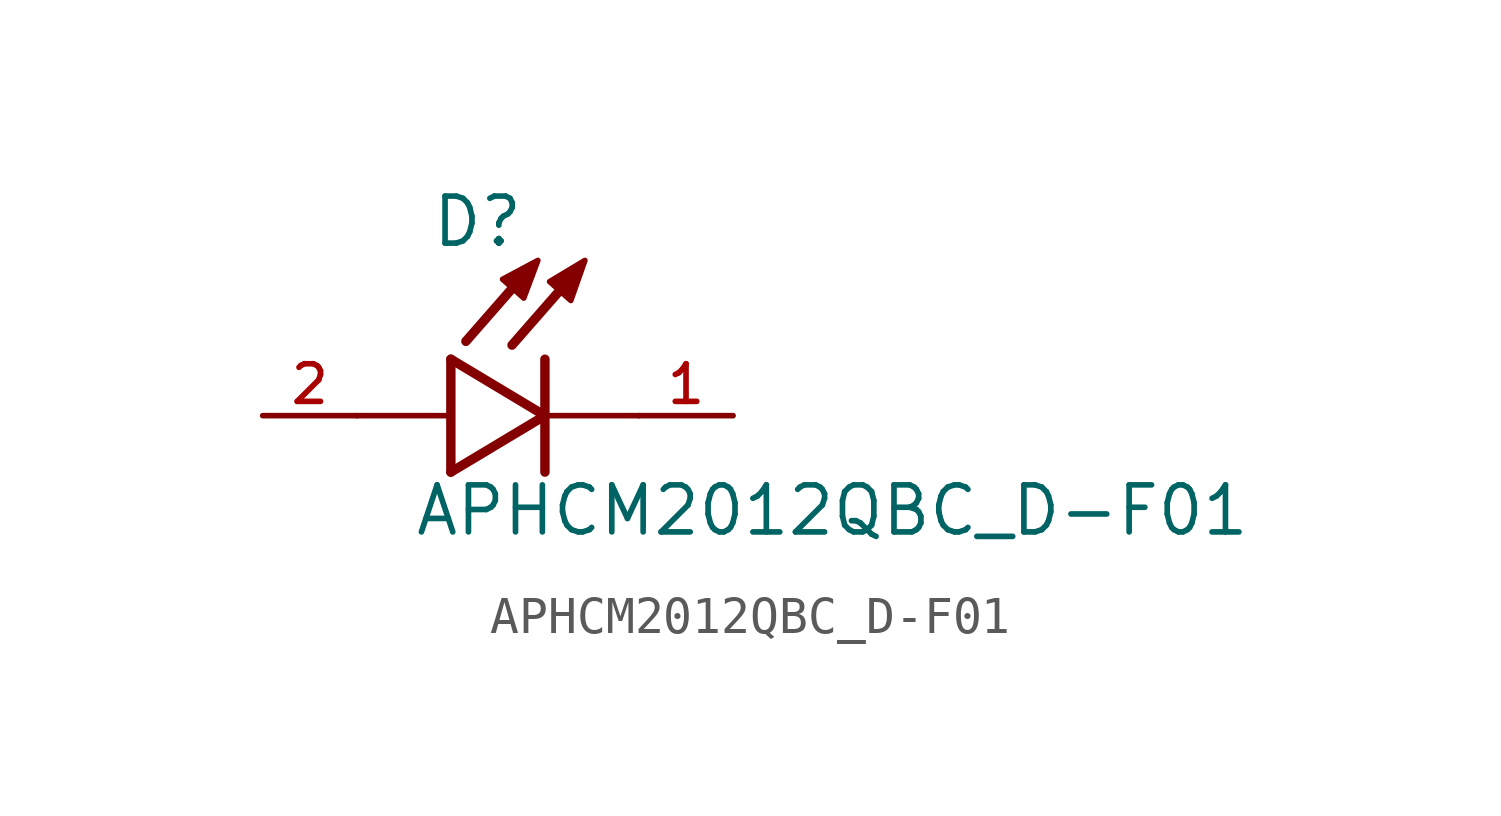
<source format=kicad_sym>
(kicad_symbol_lib
  (version 20211014)
  (generator kicad_symbol_editor)
  (symbol "APHCM2012QBC_D-F01"
    (pin_names
      (offset 1.016))
    (property "Reference" "D"
      (at -3.099 4.496 0)
      (effects (font (size 1.27 1.27)) (justify bottom left)))
    (property "Value" "APHCM2012QBC_D-F01"
      (at -3.556 -3.302 0)
      (effects (font (size 1.27 1.27)) (justify bottom left)))
    (symbol "APHCM2012QBC_D-F01_0_0"
      (polyline (pts (xy -2.54 1.524) (xy -2.54 -1.524)) (stroke (width 0.254)))
      (polyline (pts (xy -2.54 -1.524) (xy 0.0 0.0)) (stroke (width 0.254)))
      (polyline (pts (xy 0.0 0.0) (xy -2.54 1.524)) (stroke (width 0.254)))
      (polyline (pts (xy 0.0 1.524) (xy 0.0 0.0)) (stroke (width 0.254)))
      (polyline (pts (xy 0.0 0.0) (xy 0.0 -1.524)) (stroke (width 0.254)))
      (polyline (pts (xy -2.54 0.0) (xy -5.08 0.0)) (stroke (width 0.152)))
      (polyline (pts (xy 0.889 3.937) (xy -0.889 1.905)) (stroke (width 0.254)))
      (polyline (pts (xy -0.356 4.039) (xy -2.134 2.007)) (stroke (width 0.254)))
      (polyline (pts (xy 2.54 0.0) (xy 0.0 0.0)) (stroke (width 0.152)))
      (polyline (pts (xy -1.143 3.683) (xy -0.572 3.175) (xy -0.191 4.191) (xy -1.143 3.683)) (stroke (width 0.152)) (fill (type outline)))
      (polyline (pts (xy 0.127 3.619) (xy 0.699 3.111) (xy 1.079 4.191) (xy 0.127 3.619)) (stroke (width 0.152)) (fill (type outline)))
      (pin passive line (at 5.08 0.0 180.0) (length 2.54) (name "~" (effects (font (size 1.016 1.016)))) (number "1" (effects (font (size 1.016 1.016)))))
      (pin passive line (at -7.62 0.0 0) (length 2.54) (name "~" (effects (font (size 1.016 1.016)))) (number "2" (effects (font (size 1.016 1.016))))))))
</source>
